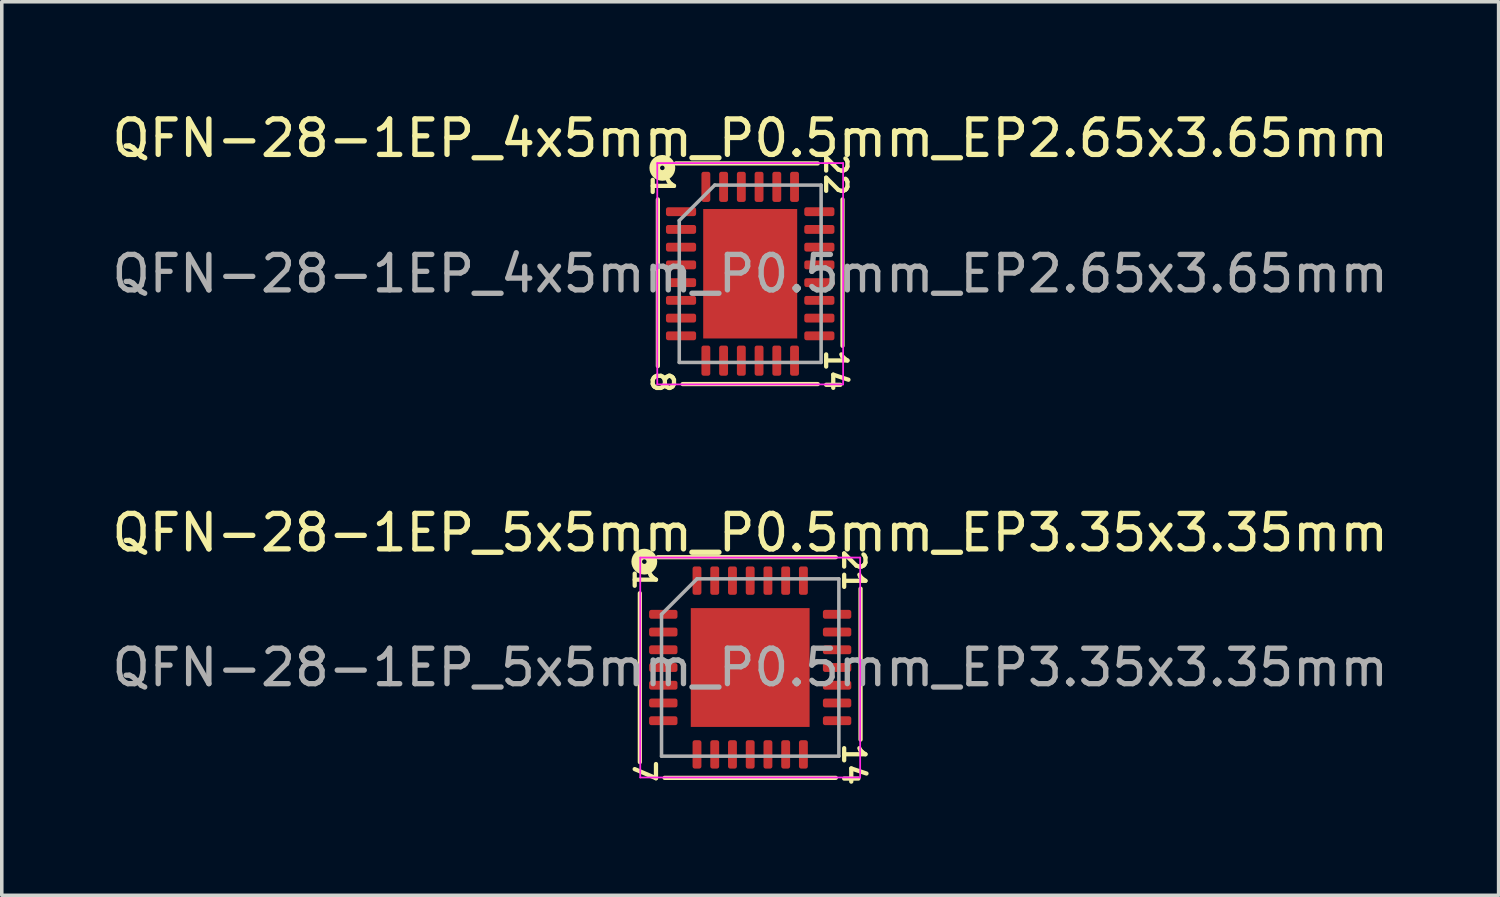
<source format=kicad_pcb>
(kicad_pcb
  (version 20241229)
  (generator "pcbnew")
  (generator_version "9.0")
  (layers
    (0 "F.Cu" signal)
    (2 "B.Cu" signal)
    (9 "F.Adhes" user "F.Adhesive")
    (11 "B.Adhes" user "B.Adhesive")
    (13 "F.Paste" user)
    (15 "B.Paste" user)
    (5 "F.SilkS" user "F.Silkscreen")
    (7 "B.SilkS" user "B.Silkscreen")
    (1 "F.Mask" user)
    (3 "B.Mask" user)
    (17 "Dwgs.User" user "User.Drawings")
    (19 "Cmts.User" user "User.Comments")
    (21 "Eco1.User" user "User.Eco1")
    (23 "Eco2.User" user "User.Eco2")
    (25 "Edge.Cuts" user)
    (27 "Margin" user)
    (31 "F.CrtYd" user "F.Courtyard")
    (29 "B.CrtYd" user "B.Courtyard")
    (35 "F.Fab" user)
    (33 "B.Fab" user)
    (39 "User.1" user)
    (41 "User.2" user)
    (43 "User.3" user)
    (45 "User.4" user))
  (footprint "QFN-28-1EP_5x5mm_P0.5mm_EP3.35x3.35mm"
    (layer "F.Cu")
    (at 18.101 15.77)
    (property "Reference" "QFN-28-1EP_5x5mm_P0.5mm_EP3.35x3.35mm" (at 0 -3.8 0) (layer "F.SilkS") (effects (font (size 1 1) (thickness 0.15))))
    (attr smd)
    (fp_line (start -3.111 -2.095) (end -3.111 2.667) (stroke (width 0.12) (type solid)) (layer "F.SilkS"))
    (fp_line (start -2.413 3.111) (end 2.413 3.111) (stroke (width 0.12) (type solid)) (layer "F.SilkS"))
    (fp_line (start 2.413 -3.111) (end -2.603 -3.111) (stroke (width 0.12) (type solid)) (layer "F.SilkS"))
    (fp_line (start 3.111 2.032) (end 3.111 -2.223) (stroke (width 0.12) (type solid)) (layer "F.SilkS"))
    (fp_circle (center -2.985 -2.985) (end -2.921 -2.985) (stroke (width 0.3) (type solid)) (fill no) (layer "F.SilkS"))
    (fp_line (start -3.1 -3.1) (end -3.1 3.1) (stroke (width 0.05) (type solid)) (layer "F.CrtYd"))
    (fp_line (start -3.1 3.1) (end 3.1 3.1) (stroke (width 0.05) (type solid)) (layer "F.CrtYd"))
    (fp_line (start 3.1 -3.1) (end -3.1 -3.1) (stroke (width 0.05) (type solid)) (layer "F.CrtYd"))
    (fp_line (start 3.1 3.1) (end 3.1 -3.1) (stroke (width 0.05) (type solid)) (layer "F.CrtYd"))
    (fp_line (start -2.5 -1.5) (end -1.5 -2.5) (stroke (width 0.1) (type solid)) (layer "F.Fab"))
    (fp_line (start -2.5 2.5) (end -2.5 -1.5) (stroke (width 0.1) (type solid)) (layer "F.Fab"))
    (fp_line (start -1.5 -2.5) (end 2.5 -2.5) (stroke (width 0.1) (type solid)) (layer "F.Fab"))
    (fp_line (start 2.5 -2.5) (end 2.5 2.5) (stroke (width 0.1) (type solid)) (layer "F.Fab"))
    (fp_line (start 2.5 2.5) (end -2.5 2.5) (stroke (width 0.1) (type solid)) (layer "F.Fab"))
    (fp_text user "1" (at -2.985 -2.477 270) (unlocked yes) (layer "F.SilkS") (effects (font (size 0.6 0.6) (thickness 0.12))))
    (fp_text user "7" (at -2.985 2.921 270) (unlocked yes) (layer "F.SilkS") (effects (font (size 0.6 0.6) (thickness 0.12))))
    (fp_text user "21" (at 2.921 -2.731 270) (unlocked yes) (layer "F.SilkS") (effects (font (size 0.6 0.6) (thickness 0.12))))
    (fp_text user "14" (at 2.921 2.731 270) (unlocked yes) (layer "F.SilkS") (effects (font (size 0.6 0.6) (thickness 0.12))))
    (fp_text user "${REFERENCE}" (at 0 0 0) (layer "F.Fab") (effects (font (size 1 1) (thickness 0.15))))
    (pad "" smd roundrect (at -1.12 -1.12) (size 0.9 0.9) (layers "F.Paste") (roundrect_rratio 0.25))
    (pad "" smd roundrect (at -1.12 0) (size 0.9 0.9) (layers "F.Paste") (roundrect_rratio 0.25))
    (pad "" smd roundrect (at -1.12 1.12) (size 0.9 0.9) (layers "F.Paste") (roundrect_rratio 0.25))
    (pad "" smd roundrect (at 0 -1.12) (size 0.9 0.9) (layers "F.Paste") (roundrect_rratio 0.25))
    (pad "" smd roundrect (at 0 0) (size 0.9 0.9) (layers "F.Paste") (roundrect_rratio 0.25))
    (pad "" smd roundrect (at 0 1.12) (size 0.9 0.9) (layers "F.Paste") (roundrect_rratio 0.25))
    (pad "" smd roundrect (at 1.12 -1.12) (size 0.9 0.9) (layers "F.Paste") (roundrect_rratio 0.25))
    (pad "" smd roundrect (at 1.12 0) (size 0.9 0.9) (layers "F.Paste") (roundrect_rratio 0.25))
    (pad "" smd roundrect (at 1.12 1.12) (size 0.9 0.9) (layers "F.Paste") (roundrect_rratio 0.25))
    (pad "1" smd roundrect (at -2.45 -1.5) (size 0.8 0.25) (layers "F.Cu" "F.Mask" "F.Paste") (roundrect_rratio 0.25))
    (pad "2" smd roundrect (at -2.45 -1) (size 0.8 0.25) (layers "F.Cu" "F.Mask" "F.Paste") (roundrect_rratio 0.25))
    (pad "3" smd roundrect (at -2.45 -0.5) (size 0.8 0.25) (layers "F.Cu" "F.Mask" "F.Paste") (roundrect_rratio 0.25))
    (pad "4" smd roundrect (at -2.45 0) (size 0.8 0.25) (layers "F.Cu" "F.Mask" "F.Paste") (roundrect_rratio 0.25))
    (pad "5" smd roundrect (at -2.45 0.5) (size 0.8 0.25) (layers "F.Cu" "F.Mask" "F.Paste") (roundrect_rratio 0.25))
    (pad "6" smd roundrect (at -2.45 1) (size 0.8 0.25) (layers "F.Cu" "F.Mask" "F.Paste") (roundrect_rratio 0.25))
    (pad "7" smd roundrect (at -2.45 1.5) (size 0.8 0.25) (layers "F.Cu" "F.Mask" "F.Paste") (roundrect_rratio 0.25))
    (pad "8" smd roundrect (at -1.5 2.45) (size 0.25 0.8) (layers "F.Cu" "F.Mask" "F.Paste") (roundrect_rratio 0.25))
    (pad "9" smd roundrect (at -1 2.45) (size 0.25 0.8) (layers "F.Cu" "F.Mask" "F.Paste") (roundrect_rratio 0.25))
    (pad "10" smd roundrect (at -0.5 2.45) (size 0.25 0.8) (layers "F.Cu" "F.Mask" "F.Paste") (roundrect_rratio 0.25))
    (pad "11" smd roundrect (at 0 2.45) (size 0.25 0.8) (layers "F.Cu" "F.Mask" "F.Paste") (roundrect_rratio 0.25))
    (pad "12" smd roundrect (at 0.5 2.45) (size 0.25 0.8) (layers "F.Cu" "F.Mask" "F.Paste") (roundrect_rratio 0.25))
    (pad "13" smd roundrect (at 1 2.45) (size 0.25 0.8) (layers "F.Cu" "F.Mask" "F.Paste") (roundrect_rratio 0.25))
    (pad "14" smd roundrect (at 1.5 2.45) (size 0.25 0.8) (layers "F.Cu" "F.Mask" "F.Paste") (roundrect_rratio 0.25))
    (pad "15" smd roundrect (at 2.45 1.5) (size 0.8 0.25) (layers "F.Cu" "F.Mask" "F.Paste") (roundrect_rratio 0.25))
    (pad "16" smd roundrect (at 2.45 1) (size 0.8 0.25) (layers "F.Cu" "F.Mask" "F.Paste") (roundrect_rratio 0.25))
    (pad "17" smd roundrect (at 2.45 0.5) (size 0.8 0.25) (layers "F.Cu" "F.Mask" "F.Paste") (roundrect_rratio 0.25))
    (pad "18" smd roundrect (at 2.45 0) (size 0.8 0.25) (layers "F.Cu" "F.Mask" "F.Paste") (roundrect_rratio 0.25))
    (pad "19" smd roundrect (at 2.45 -0.5) (size 0.8 0.25) (layers "F.Cu" "F.Mask" "F.Paste") (roundrect_rratio 0.25))
    (pad "20" smd roundrect (at 2.45 -1) (size 0.8 0.25) (layers "F.Cu" "F.Mask" "F.Paste") (roundrect_rratio 0.25))
    (pad "21" smd roundrect (at 2.45 -1.5) (size 0.8 0.25) (layers "F.Cu" "F.Mask" "F.Paste") (roundrect_rratio 0.25))
    (pad "22" smd roundrect (at 1.5 -2.45) (size 0.25 0.8) (layers "F.Cu" "F.Mask" "F.Paste") (roundrect_rratio 0.25))
    (pad "23" smd roundrect (at 1 -2.45) (size 0.25 0.8) (layers "F.Cu" "F.Mask" "F.Paste") (roundrect_rratio 0.25))
    (pad "24" smd roundrect (at 0.5 -2.45) (size 0.25 0.8) (layers "F.Cu" "F.Mask" "F.Paste") (roundrect_rratio 0.25))
    (pad "25" smd roundrect (at 0 -2.45) (size 0.25 0.8) (layers "F.Cu" "F.Mask" "F.Paste") (roundrect_rratio 0.25))
    (pad "26" smd roundrect (at -0.5 -2.45) (size 0.25 0.8) (layers "F.Cu" "F.Mask" "F.Paste") (roundrect_rratio 0.25))
    (pad "27" smd roundrect (at -1 -2.45) (size 0.25 0.8) (layers "F.Cu" "F.Mask" "F.Paste") (roundrect_rratio 0.25))
    (pad "28" smd roundrect (at -1.5 -2.45) (size 0.25 0.8) (layers "F.Cu" "F.Mask" "F.Paste") (roundrect_rratio 0.25))
    (pad "29" smd rect (at 0 0) (size 3.35 3.35) (layers "F.Cu" "F.Mask")))
  (footprint "QFN-28-1EP_4x5mm_P0.5mm_EP2.65x3.65mm"
    (layer "F.Cu")
    (at 18.101 4.668)
    (property "Reference" "QFN-28-1EP_4x5mm_P0.5mm_EP2.65x3.65mm" (at 0 -3.82 0) (layer "F.SilkS") (effects (font (size 1 1) (thickness 0.15))))
    (attr smd)
    (fp_line (start -2.603 -2.095) (end -2.603 2.603) (stroke (width 0.12) (type solid)) (layer "F.SilkS"))
    (fp_line (start -1.905 3.111) (end 1.905 3.111) (stroke (width 0.12) (type solid)) (layer "F.SilkS"))
    (fp_line (start 1.905 -3.111) (end -2.095 -3.111) (stroke (width 0.12) (type solid)) (layer "F.SilkS"))
    (fp_line (start 2.603 2.032) (end 2.603 -2.095) (stroke (width 0.12) (type solid)) (layer "F.SilkS"))
    (fp_circle (center -2.477 -2.985) (end -2.413 -2.985) (stroke (width 0.3) (type solid)) (fill no) (layer "F.SilkS"))
    (fp_line (start -2.62 -3.12) (end -2.62 3.12) (stroke (width 0.05) (type solid)) (layer "F.CrtYd"))
    (fp_line (start -2.62 3.12) (end 2.62 3.12) (stroke (width 0.05) (type solid)) (layer "F.CrtYd"))
    (fp_line (start 2.62 -3.12) (end -2.62 -3.12) (stroke (width 0.05) (type solid)) (layer "F.CrtYd"))
    (fp_line (start 2.62 3.12) (end 2.62 -3.12) (stroke (width 0.05) (type solid)) (layer "F.CrtYd"))
    (fp_line (start -2 -1.5) (end -1 -2.5) (stroke (width 0.1) (type solid)) (layer "F.Fab"))
    (fp_line (start -2 2.5) (end -2 -1.5) (stroke (width 0.1) (type solid)) (layer "F.Fab"))
    (fp_line (start -1 -2.5) (end 2 -2.5) (stroke (width 0.1) (type solid)) (layer "F.Fab"))
    (fp_line (start 2 -2.5) (end 2 2.5) (stroke (width 0.1) (type solid)) (layer "F.Fab"))
    (fp_line (start 2 2.5) (end -2 2.5) (stroke (width 0.1) (type solid)) (layer "F.Fab"))
    (fp_text user "8" (at -2.477 3.048 270) (unlocked yes) (layer "F.SilkS") (effects (font (size 0.6 0.6) (thickness 0.12))))
    (fp_text user "22" (at 2.413 -2.794 270) (unlocked yes) (layer "F.SilkS") (effects (font (size 0.6 0.6) (thickness 0.12))))
    (fp_text user "14" (at 2.413 2.731 270) (unlocked yes) (layer "F.SilkS") (effects (font (size 0.6 0.6) (thickness 0.12))))
    (fp_text user "1" (at -2.477 -2.477 270) (unlocked yes) (layer "F.SilkS") (effects (font (size 0.6 0.6) (thickness 0.12))))
    (fp_text user "${REFERENCE}" (at 0 0 0) (layer "F.Fab") (effects (font (size 1 1) (thickness 0.15))))
    (pad "" smd roundrect (at -0.66 -1.22) (size 1.07 0.98) (layers "F.Paste") (roundrect_rratio 0.25))
    (pad "" smd roundrect (at -0.66 0) (size 1.07 0.98) (layers "F.Paste") (roundrect_rratio 0.25))
    (pad "" smd roundrect (at -0.66 1.22) (size 1.07 0.98) (layers "F.Paste") (roundrect_rratio 0.25))
    (pad "" smd roundrect (at 0.66 -1.22) (size 1.07 0.98) (layers "F.Paste") (roundrect_rratio 0.25))
    (pad "" smd roundrect (at 0.66 0) (size 1.07 0.98) (layers "F.Paste") (roundrect_rratio 0.25))
    (pad "" smd roundrect (at 0.66 1.22) (size 1.07 0.98) (layers "F.Paste") (roundrect_rratio 0.25))
    (pad "1" smd roundrect (at -1.95 -1.75) (size 0.85 0.25) (layers "F.Cu" "F.Mask" "F.Paste") (roundrect_rratio 0.25))
    (pad "2" smd roundrect (at -1.95 -1.25) (size 0.85 0.25) (layers "F.Cu" "F.Mask" "F.Paste") (roundrect_rratio 0.25))
    (pad "3" smd roundrect (at -1.95 -0.75) (size 0.85 0.25) (layers "F.Cu" "F.Mask" "F.Paste") (roundrect_rratio 0.25))
    (pad "4" smd roundrect (at -1.95 -0.25) (size 0.85 0.25) (layers "F.Cu" "F.Mask" "F.Paste") (roundrect_rratio 0.25))
    (pad "5" smd roundrect (at -1.95 0.25) (size 0.85 0.25) (layers "F.Cu" "F.Mask" "F.Paste") (roundrect_rratio 0.25))
    (pad "6" smd roundrect (at -1.95 0.75) (size 0.85 0.25) (layers "F.Cu" "F.Mask" "F.Paste") (roundrect_rratio 0.25))
    (pad "7" smd roundrect (at -1.95 1.25) (size 0.85 0.25) (layers "F.Cu" "F.Mask" "F.Paste") (roundrect_rratio 0.25))
    (pad "8" smd roundrect (at -1.95 1.75) (size 0.85 0.25) (layers "F.Cu" "F.Mask" "F.Paste") (roundrect_rratio 0.25))
    (pad "9" smd roundrect (at -1.25 2.45) (size 0.25 0.85) (layers "F.Cu" "F.Mask" "F.Paste") (roundrect_rratio 0.25))
    (pad "10" smd roundrect (at -0.75 2.45) (size 0.25 0.85) (layers "F.Cu" "F.Mask" "F.Paste") (roundrect_rratio 0.25))
    (pad "11" smd roundrect (at -0.25 2.45) (size 0.25 0.85) (layers "F.Cu" "F.Mask" "F.Paste") (roundrect_rratio 0.25))
    (pad "12" smd roundrect (at 0.25 2.45) (size 0.25 0.85) (layers "F.Cu" "F.Mask" "F.Paste") (roundrect_rratio 0.25))
    (pad "13" smd roundrect (at 0.75 2.45) (size 0.25 0.85) (layers "F.Cu" "F.Mask" "F.Paste") (roundrect_rratio 0.25))
    (pad "14" smd roundrect (at 1.25 2.45) (size 0.25 0.85) (layers "F.Cu" "F.Mask" "F.Paste") (roundrect_rratio 0.25))
    (pad "15" smd roundrect (at 1.95 1.75) (size 0.85 0.25) (layers "F.Cu" "F.Mask" "F.Paste") (roundrect_rratio 0.25))
    (pad "16" smd roundrect (at 1.95 1.25) (size 0.85 0.25) (layers "F.Cu" "F.Mask" "F.Paste") (roundrect_rratio 0.25))
    (pad "17" smd roundrect (at 1.95 0.75) (size 0.85 0.25) (layers "F.Cu" "F.Mask" "F.Paste") (roundrect_rratio 0.25))
    (pad "18" smd roundrect (at 1.95 0.25) (size 0.85 0.25) (layers "F.Cu" "F.Mask" "F.Paste") (roundrect_rratio 0.25))
    (pad "19" smd roundrect (at 1.95 -0.25) (size 0.85 0.25) (layers "F.Cu" "F.Mask" "F.Paste") (roundrect_rratio 0.25))
    (pad "20" smd roundrect (at 1.95 -0.75) (size 0.85 0.25) (layers "F.Cu" "F.Mask" "F.Paste") (roundrect_rratio 0.25))
    (pad "21" smd roundrect (at 1.95 -1.25) (size 0.85 0.25) (layers "F.Cu" "F.Mask" "F.Paste") (roundrect_rratio 0.25))
    (pad "22" smd roundrect (at 1.95 -1.75) (size 0.85 0.25) (layers "F.Cu" "F.Mask" "F.Paste") (roundrect_rratio 0.25))
    (pad "23" smd roundrect (at 1.25 -2.45) (size 0.25 0.85) (layers "F.Cu" "F.Mask" "F.Paste") (roundrect_rratio 0.25))
    (pad "24" smd roundrect (at 0.75 -2.45) (size 0.25 0.85) (layers "F.Cu" "F.Mask" "F.Paste") (roundrect_rratio 0.25))
    (pad "25" smd roundrect (at 0.25 -2.45) (size 0.25 0.85) (layers "F.Cu" "F.Mask" "F.Paste") (roundrect_rratio 0.25))
    (pad "26" smd roundrect (at -0.25 -2.45) (size 0.25 0.85) (layers "F.Cu" "F.Mask" "F.Paste") (roundrect_rratio 0.25))
    (pad "27" smd roundrect (at -0.75 -2.45) (size 0.25 0.85) (layers "F.Cu" "F.Mask" "F.Paste") (roundrect_rratio 0.25))
    (pad "28" smd roundrect (at -1.25 -2.45) (size 0.25 0.85) (layers "F.Cu" "F.Mask" "F.Paste") (roundrect_rratio 0.25))
    (pad "29" smd rect (at 0 0) (size 2.65 3.65) (layers "F.Cu" "F.Mask")))
  (gr_rect
    (start -3 -3)
    (end 39.202 22.192)
    (stroke (width 0.1) (type default))
    (fill no)
    (layer "Edge.Cuts")))
</source>
